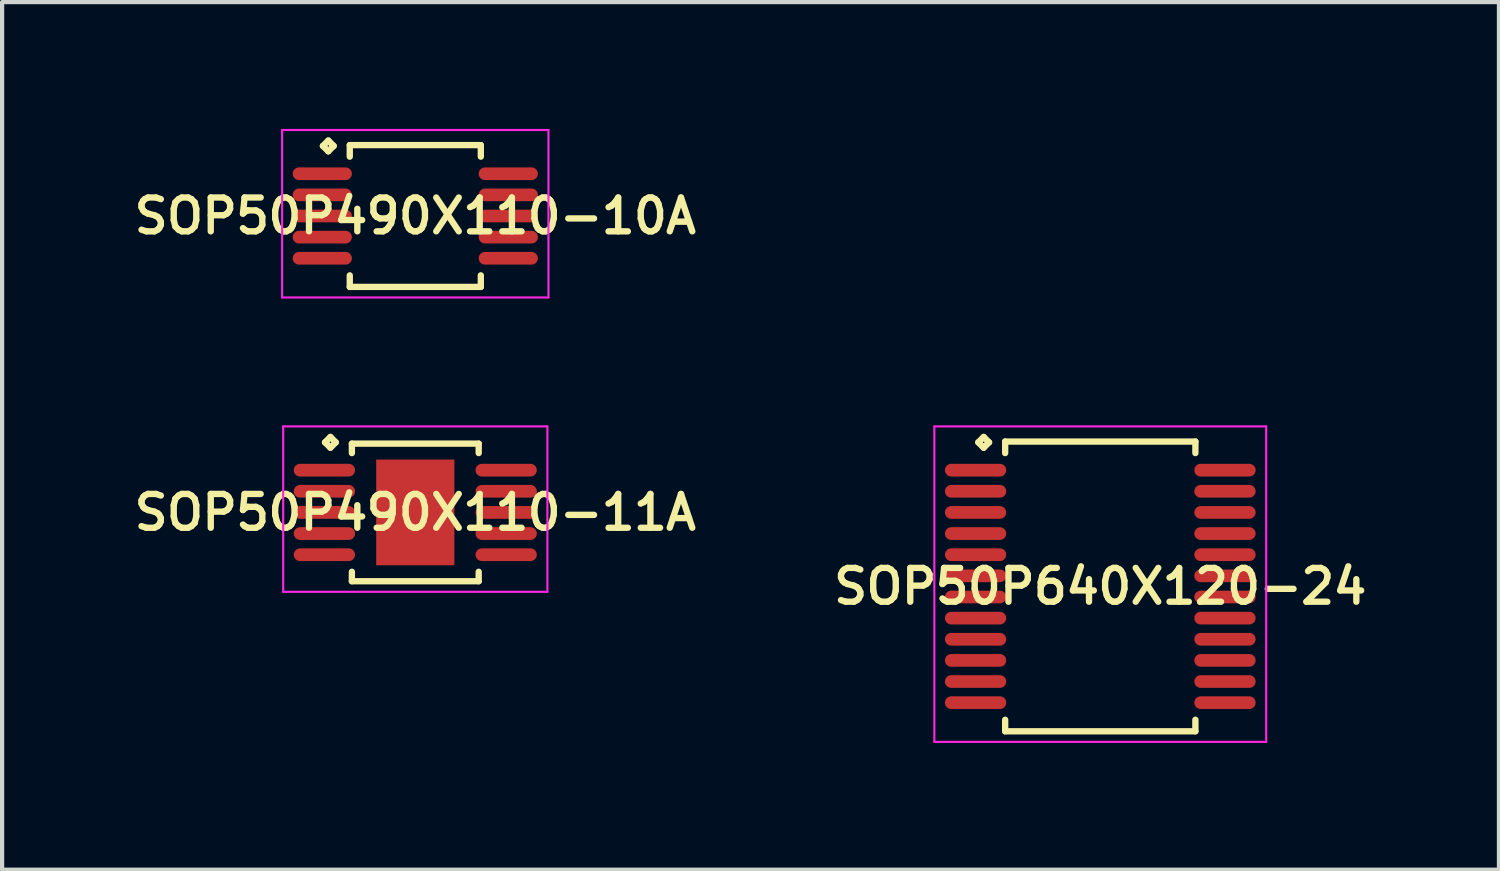
<source format=kicad_pcb>
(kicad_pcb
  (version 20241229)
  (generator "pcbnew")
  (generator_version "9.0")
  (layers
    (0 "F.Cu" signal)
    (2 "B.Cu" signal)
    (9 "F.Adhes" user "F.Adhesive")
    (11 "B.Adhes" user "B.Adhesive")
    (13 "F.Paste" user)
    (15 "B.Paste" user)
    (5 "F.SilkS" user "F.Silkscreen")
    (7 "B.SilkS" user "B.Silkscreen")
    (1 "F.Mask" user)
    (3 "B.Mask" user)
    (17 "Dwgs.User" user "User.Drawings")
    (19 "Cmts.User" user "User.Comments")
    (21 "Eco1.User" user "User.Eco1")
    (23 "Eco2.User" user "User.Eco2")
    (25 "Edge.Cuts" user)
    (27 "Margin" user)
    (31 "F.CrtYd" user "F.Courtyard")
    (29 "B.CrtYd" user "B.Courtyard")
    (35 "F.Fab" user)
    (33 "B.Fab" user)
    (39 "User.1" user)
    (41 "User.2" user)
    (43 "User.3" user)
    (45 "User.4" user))
  (footprint "SOP50P490X110-10A"
    (layer "F.Cu")
    (at 6.774 2.06)
    (property "Reference" "SOP50P490X110-10A" (at 0 0 0) (layer "F.SilkS") (effects (font (size 0.8 0.8) (thickness 0.15))))
    (attr smd)
    (fp_line (start -2.185 -1.658) (end -2.058 -1.785) (stroke (width 0.15) (type solid)) (layer "F.SilkS"))
    (fp_line (start -2.058 -1.785) (end -1.931 -1.658) (stroke (width 0.15) (type solid)) (layer "F.SilkS"))
    (fp_line (start -2.058 -1.531) (end -2.185 -1.658) (stroke (width 0.15) (type solid)) (layer "F.SilkS"))
    (fp_line (start -1.931 -1.658) (end -2.058 -1.531) (stroke (width 0.15) (type solid)) (layer "F.SilkS"))
    (fp_line (start -1.55 -1.677) (end 1.55 -1.677) (stroke (width 0.15) (type solid)) (layer "F.SilkS"))
    (fp_line (start -1.55 -1.404) (end -1.55 -1.677) (stroke (width 0.15) (type solid)) (layer "F.SilkS"))
    (fp_line (start -1.55 1.404) (end -1.55 1.677) (stroke (width 0.15) (type solid)) (layer "F.SilkS"))
    (fp_line (start -1.55 1.677) (end 1.55 1.677) (stroke (width 0.15) (type solid)) (layer "F.SilkS"))
    (fp_line (start 1.55 -1.677) (end 1.55 -1.404) (stroke (width 0.15) (type solid)) (layer "F.SilkS"))
    (fp_line (start 1.55 1.677) (end 1.55 1.404) (stroke (width 0.15) (type solid)) (layer "F.SilkS"))
    (fp_line (start -3.15 -2.035) (end 3.15 -2.035) (stroke (width 0.05) (type solid)) (layer "F.CrtYd"))
    (fp_line (start -3.15 1.927) (end -3.15 -2.035) (stroke (width 0.05) (type solid)) (layer "F.CrtYd"))
    (fp_line (start 3.15 -2.035) (end 3.15 1.927) (stroke (width 0.05) (type solid)) (layer "F.CrtYd"))
    (fp_line (start 3.15 1.927) (end -3.15 1.927) (stroke (width 0.05) (type solid)) (layer "F.CrtYd"))
    (pad "1" smd oval (at -2.2 -1) (size 1.4 0.3) (layers "F.Cu" "F.Mask" "F.Paste"))
    (pad "2" smd oval (at -2.2 -0.5) (size 1.4 0.3) (layers "F.Cu" "F.Mask" "F.Paste"))
    (pad "3" smd oval (at -2.2 0) (size 1.4 0.3) (layers "F.Cu" "F.Mask" "F.Paste"))
    (pad "4" smd oval (at -2.2 0.5) (size 1.4 0.3) (layers "F.Cu" "F.Mask" "F.Paste"))
    (pad "5" smd oval (at -2.2 1) (size 1.4 0.3) (layers "F.Cu" "F.Mask" "F.Paste"))
    (pad "6" smd oval (at 2.2 1) (size 1.4 0.3) (layers "F.Cu" "F.Mask" "F.Paste"))
    (pad "7" smd oval (at 2.2 0.5) (size 1.4 0.3) (layers "F.Cu" "F.Mask" "F.Paste"))
    (pad "8" smd oval (at 2.2 0) (size 1.4 0.3) (layers "F.Cu" "F.Mask" "F.Paste"))
    (pad "9" smd oval (at 2.2 -0.5) (size 1.4 0.3) (layers "F.Cu" "F.Mask" "F.Paste"))
    (pad "10" smd oval (at 2.2 -1) (size 1.4 0.3) (layers "F.Cu" "F.Mask" "F.Paste")))
  (footprint "SOP50P490X110-11A"
    (layer "F.Cu")
    (at 6.774 9.072)
    (property "Reference" "SOP50P490X110-11A" (at 0 0 0) (layer "F.SilkS") (effects (font (size 0.8 0.8) (thickness 0.15))))
    (attr smd)
    (fp_line (start -2.135 -1.658) (end -2.008 -1.785) (stroke (width 0.15) (type solid)) (layer "F.SilkS"))
    (fp_line (start -2.008 -1.785) (end -1.881 -1.658) (stroke (width 0.15) (type solid)) (layer "F.SilkS"))
    (fp_line (start -2.008 -1.531) (end -2.135 -1.658) (stroke (width 0.15) (type solid)) (layer "F.SilkS"))
    (fp_line (start -1.881 -1.658) (end -2.008 -1.531) (stroke (width 0.15) (type solid)) (layer "F.SilkS"))
    (fp_line (start -1.5 -1.627) (end 1.5 -1.627) (stroke (width 0.15) (type solid)) (layer "F.SilkS"))
    (fp_line (start -1.5 -1.404) (end -1.5 -1.627) (stroke (width 0.15) (type solid)) (layer "F.SilkS"))
    (fp_line (start -1.5 1.404) (end -1.5 1.627) (stroke (width 0.15) (type solid)) (layer "F.SilkS"))
    (fp_line (start -1.5 1.627) (end 1.5 1.627) (stroke (width 0.15) (type solid)) (layer "F.SilkS"))
    (fp_line (start 1.5 -1.627) (end 1.5 -1.404) (stroke (width 0.15) (type solid)) (layer "F.SilkS"))
    (fp_line (start 1.5 1.627) (end 1.5 1.404) (stroke (width 0.15) (type solid)) (layer "F.SilkS"))
    (fp_line (start -3.125 -2.035) (end 3.125 -2.035) (stroke (width 0.05) (type solid)) (layer "F.CrtYd"))
    (fp_line (start -3.125 1.877) (end -3.125 -2.035) (stroke (width 0.05) (type solid)) (layer "F.CrtYd"))
    (fp_line (start 3.125 -2.035) (end 3.125 1.877) (stroke (width 0.05) (type solid)) (layer "F.CrtYd"))
    (fp_line (start 3.125 1.877) (end -3.125 1.877) (stroke (width 0.05) (type solid)) (layer "F.CrtYd"))
    (pad "1" smd oval (at -2.15 -1) (size 1.45 0.3) (layers "F.Cu" "F.Mask" "F.Paste"))
    (pad "2" smd oval (at -2.15 -0.5) (size 1.45 0.3) (layers "F.Cu" "F.Mask" "F.Paste"))
    (pad "3" smd oval (at -2.15 0) (size 1.45 0.3) (layers "F.Cu" "F.Mask" "F.Paste"))
    (pad "4" smd oval (at -2.15 0.5) (size 1.45 0.3) (layers "F.Cu" "F.Mask" "F.Paste"))
    (pad "5" smd oval (at -2.15 1) (size 1.45 0.3) (layers "F.Cu" "F.Mask" "F.Paste"))
    (pad "6" smd oval (at 2.15 1) (size 1.45 0.3) (layers "F.Cu" "F.Mask" "F.Paste"))
    (pad "7" smd oval (at 2.15 0.5) (size 1.45 0.3) (layers "F.Cu" "F.Mask" "F.Paste"))
    (pad "8" smd oval (at 2.15 0) (size 1.45 0.3) (layers "F.Cu" "F.Mask" "F.Paste"))
    (pad "9" smd oval (at 2.15 -0.5) (size 1.45 0.3) (layers "F.Cu" "F.Mask" "F.Paste"))
    (pad "10" smd oval (at 2.15 -1) (size 1.45 0.3) (layers "F.Cu" "F.Mask" "F.Paste"))
    (pad "11" smd rect (at 0 0) (size 1.85 2.5) (layers "F.Cu" "F.Mask" "F.Paste")))
  (footprint "SOP50P640X120-24"
    (layer "F.Cu")
    (at 22.978 10.822)
    (property "Reference" "SOP50P640X120-24" (at 0 0 0) (layer "F.SilkS") (effects (font (size 0.8 0.8) (thickness 0.15))))
    (attr smd)
    (fp_line (start -2.885 -3.408) (end -2.758 -3.535) (stroke (width 0.15) (type solid)) (layer "F.SilkS"))
    (fp_line (start -2.758 -3.535) (end -2.631 -3.408) (stroke (width 0.15) (type solid)) (layer "F.SilkS"))
    (fp_line (start -2.758 -3.281) (end -2.885 -3.408) (stroke (width 0.15) (type solid)) (layer "F.SilkS"))
    (fp_line (start -2.631 -3.408) (end -2.758 -3.281) (stroke (width 0.15) (type solid)) (layer "F.SilkS"))
    (fp_line (start -2.25 -3.427) (end 2.25 -3.427) (stroke (width 0.15) (type solid)) (layer "F.SilkS"))
    (fp_line (start -2.25 -3.154) (end -2.25 -3.427) (stroke (width 0.15) (type solid)) (layer "F.SilkS"))
    (fp_line (start -2.25 3.154) (end -2.25 3.427) (stroke (width 0.15) (type solid)) (layer "F.SilkS"))
    (fp_line (start -2.25 3.427) (end 2.25 3.427) (stroke (width 0.15) (type solid)) (layer "F.SilkS"))
    (fp_line (start 2.25 -3.427) (end 2.25 -3.154) (stroke (width 0.15) (type solid)) (layer "F.SilkS"))
    (fp_line (start 2.25 3.427) (end 2.25 3.154) (stroke (width 0.15) (type solid)) (layer "F.SilkS"))
    (fp_line (start -3.925 -3.785) (end 3.925 -3.785) (stroke (width 0.05) (type solid)) (layer "F.CrtYd"))
    (fp_line (start -3.925 3.677) (end -3.925 -3.785) (stroke (width 0.05) (type solid)) (layer "F.CrtYd"))
    (fp_line (start 3.925 -3.785) (end 3.925 3.677) (stroke (width 0.05) (type solid)) (layer "F.CrtYd"))
    (fp_line (start 3.925 3.677) (end -3.925 3.677) (stroke (width 0.05) (type solid)) (layer "F.CrtYd"))
    (pad "1" smd oval (at -2.95 -2.75) (size 1.45 0.3) (layers "F.Cu" "F.Mask" "F.Paste"))
    (pad "2" smd oval (at -2.95 -2.25) (size 1.45 0.3) (layers "F.Cu" "F.Mask" "F.Paste"))
    (pad "3" smd oval (at -2.95 -1.75) (size 1.45 0.3) (layers "F.Cu" "F.Mask" "F.Paste"))
    (pad "4" smd oval (at -2.95 -1.25) (size 1.45 0.3) (layers "F.Cu" "F.Mask" "F.Paste"))
    (pad "5" smd oval (at -2.95 -0.75) (size 1.45 0.3) (layers "F.Cu" "F.Mask" "F.Paste"))
    (pad "6" smd oval (at -2.95 -0.25) (size 1.45 0.3) (layers "F.Cu" "F.Mask" "F.Paste"))
    (pad "7" smd oval (at -2.95 0.25) (size 1.45 0.3) (layers "F.Cu" "F.Mask" "F.Paste"))
    (pad "8" smd oval (at -2.95 0.75) (size 1.45 0.3) (layers "F.Cu" "F.Mask" "F.Paste"))
    (pad "9" smd oval (at -2.95 1.25) (size 1.45 0.3) (layers "F.Cu" "F.Mask" "F.Paste"))
    (pad "10" smd oval (at -2.95 1.75) (size 1.45 0.3) (layers "F.Cu" "F.Mask" "F.Paste"))
    (pad "11" smd oval (at -2.95 2.25) (size 1.45 0.3) (layers "F.Cu" "F.Mask" "F.Paste"))
    (pad "12" smd oval (at -2.95 2.75) (size 1.45 0.3) (layers "F.Cu" "F.Mask" "F.Paste"))
    (pad "13" smd oval (at 2.95 2.75) (size 1.45 0.3) (layers "F.Cu" "F.Mask" "F.Paste"))
    (pad "14" smd oval (at 2.95 2.25) (size 1.45 0.3) (layers "F.Cu" "F.Mask" "F.Paste"))
    (pad "15" smd oval (at 2.95 1.75) (size 1.45 0.3) (layers "F.Cu" "F.Mask" "F.Paste"))
    (pad "16" smd oval (at 2.95 1.25) (size 1.45 0.3) (layers "F.Cu" "F.Mask" "F.Paste"))
    (pad "17" smd oval (at 2.95 0.75) (size 1.45 0.3) (layers "F.Cu" "F.Mask" "F.Paste"))
    (pad "18" smd oval (at 2.95 0.25) (size 1.45 0.3) (layers "F.Cu" "F.Mask" "F.Paste"))
    (pad "19" smd oval (at 2.95 -0.25) (size 1.45 0.3) (layers "F.Cu" "F.Mask" "F.Paste"))
    (pad "20" smd oval (at 2.95 -0.75) (size 1.45 0.3) (layers "F.Cu" "F.Mask" "F.Paste"))
    (pad "21" smd oval (at 2.95 -1.25) (size 1.45 0.3) (layers "F.Cu" "F.Mask" "F.Paste"))
    (pad "22" smd oval (at 2.95 -1.75) (size 1.45 0.3) (layers "F.Cu" "F.Mask" "F.Paste"))
    (pad "23" smd oval (at 2.95 -2.25) (size 1.45 0.3) (layers "F.Cu" "F.Mask" "F.Paste"))
    (pad "24" smd oval (at 2.95 -2.75) (size 1.45 0.3) (layers "F.Cu" "F.Mask" "F.Paste")))
  (gr_rect
    (start -3 -3)
    (end 32.409 17.524)
    (stroke (width 0.1) (type default))
    (fill no)
    (layer "Edge.Cuts")))
</source>
